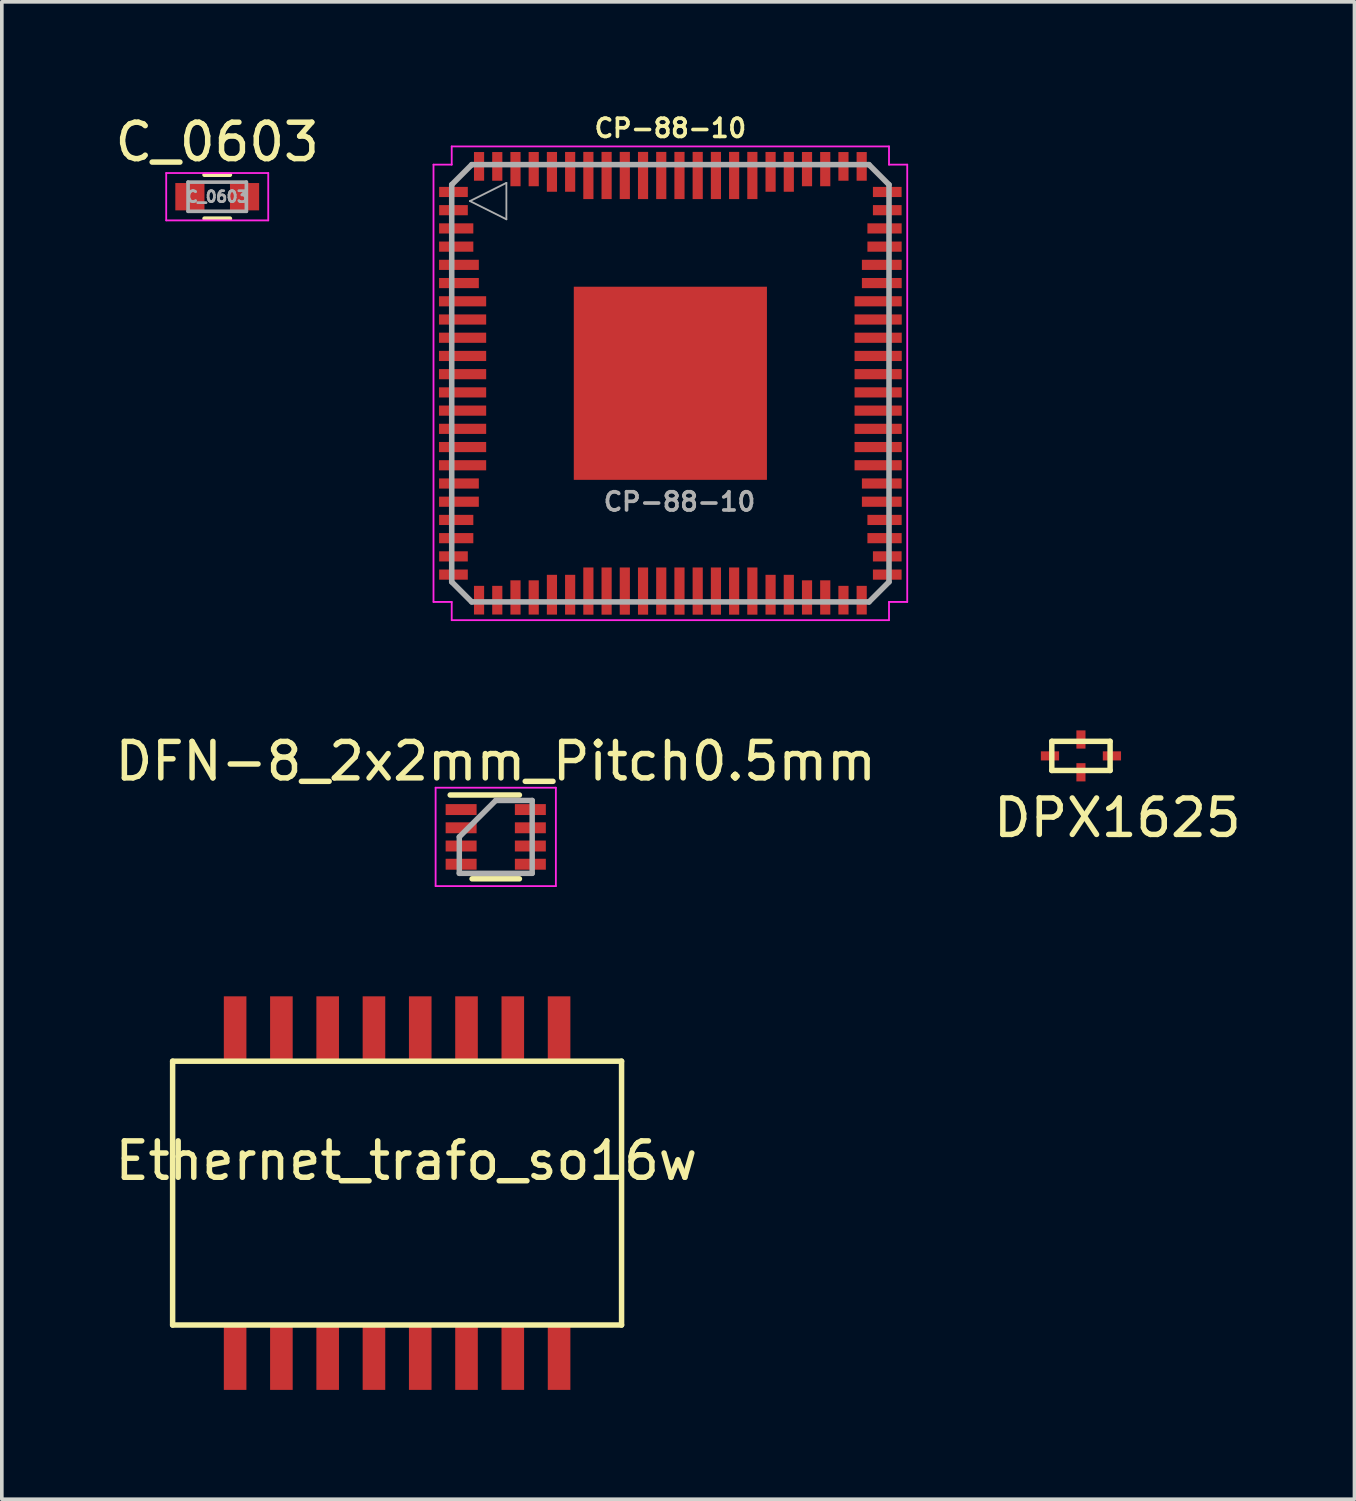
<source format=kicad_pcb>
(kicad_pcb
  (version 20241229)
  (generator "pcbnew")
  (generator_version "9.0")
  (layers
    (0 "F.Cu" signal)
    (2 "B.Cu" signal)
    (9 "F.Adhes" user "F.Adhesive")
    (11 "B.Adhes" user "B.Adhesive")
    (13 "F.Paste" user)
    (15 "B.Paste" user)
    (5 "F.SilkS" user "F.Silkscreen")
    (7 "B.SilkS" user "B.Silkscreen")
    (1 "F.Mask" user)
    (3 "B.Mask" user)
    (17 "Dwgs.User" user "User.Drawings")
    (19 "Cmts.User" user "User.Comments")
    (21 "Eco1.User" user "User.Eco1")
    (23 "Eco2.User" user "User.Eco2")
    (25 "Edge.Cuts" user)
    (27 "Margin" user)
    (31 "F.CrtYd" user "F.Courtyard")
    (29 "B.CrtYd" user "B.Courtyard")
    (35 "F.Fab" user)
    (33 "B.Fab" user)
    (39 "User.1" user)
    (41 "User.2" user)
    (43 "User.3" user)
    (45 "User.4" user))
  (footprint "CP-88-10"
    (layer "F.Cu")
    (at 15.346 7.468)
    (property "Reference" "CP-88-10" (at 0 -7 0) (layer "F.SilkS") (effects (font (size 0.5 0.5) (thickness 0.1))))
    (attr smd)
    (fp_line (start -6.5 -6) (end -6 -6) (stroke (width 0.05) (type solid)) (layer "F.CrtYd"))
    (fp_line (start -6.5 6) (end -6.5 -6) (stroke (width 0.05) (type solid)) (layer "F.CrtYd"))
    (fp_line (start -6 -6.5) (end 6 -6.5) (stroke (width 0.05) (type solid)) (layer "F.CrtYd"))
    (fp_line (start -6 -6) (end -6 -6.5) (stroke (width 0.05) (type solid)) (layer "F.CrtYd"))
    (fp_line (start -6 6) (end -6.5 6) (stroke (width 0.05) (type solid)) (layer "F.CrtYd"))
    (fp_line (start -6 6.5) (end -6 6) (stroke (width 0.05) (type solid)) (layer "F.CrtYd"))
    (fp_line (start 6 -6.5) (end 6 -6) (stroke (width 0.05) (type solid)) (layer "F.CrtYd"))
    (fp_line (start 6 -6) (end 6.5 -6) (stroke (width 0.05) (type solid)) (layer "F.CrtYd"))
    (fp_line (start 6 6) (end 6 6.5) (stroke (width 0.05) (type solid)) (layer "F.CrtYd"))
    (fp_line (start 6 6.5) (end -6 6.5) (stroke (width 0.05) (type solid)) (layer "F.CrtYd"))
    (fp_line (start 6.5 -6) (end 6.5 6) (stroke (width 0.05) (type solid)) (layer "F.CrtYd"))
    (fp_line (start 6.5 6) (end 6 6) (stroke (width 0.05) (type solid)) (layer "F.CrtYd"))
    (fp_line (start -6 -5.45) (end -6 5.45) (stroke (width 0.152) (type solid)) (layer "F.Fab"))
    (fp_line (start -6 -5.45) (end -5.45 -6) (stroke (width 0.152) (type solid)) (layer "F.Fab"))
    (fp_line (start -6 5.45) (end -5.45 6) (stroke (width 0.152) (type solid)) (layer "F.Fab"))
    (fp_line (start -5.5 -5) (end -4.5 -5.5) (stroke (width 0.05) (type solid)) (layer "F.Fab"))
    (fp_line (start -5.45 6) (end 5.45 6) (stroke (width 0.152) (type solid)) (layer "F.Fab"))
    (fp_line (start -4.5 -5.5) (end -4.5 -4.5) (stroke (width 0.05) (type solid)) (layer "F.Fab"))
    (fp_line (start -4.5 -4.5) (end -5.5 -5) (stroke (width 0.05) (type solid)) (layer "F.Fab"))
    (fp_line (start 5.45 -6) (end -5.45 -6) (stroke (width 0.152) (type solid)) (layer "F.Fab"))
    (fp_line (start 5.45 -6) (end 6 -5.45) (stroke (width 0.152) (type solid)) (layer "F.Fab"))
    (fp_line (start 5.45 6) (end 6 5.45) (stroke (width 0.152) (type solid)) (layer "F.Fab"))
    (fp_line (start 6 5.45) (end 6 -5.45) (stroke (width 0.152) (type solid)) (layer "F.Fab"))
    (fp_text user "${REFERENCE}" (at 0.25 3.25 0) (layer "F.Fab") (effects (font (size 0.5 0.5) (thickness 0.1))))
    (pad "1" smd rect (at -5.952 -5.25 90) (size 0.279 0.787) (layers "F.Cu" "F.Mask" "F.Paste"))
    (pad "2" smd rect (at -5.952 -4.75 90) (size 0.279 0.787) (layers "F.Cu" "F.Mask" "F.Paste"))
    (pad "3" smd rect (at -5.877 -4.25 90) (size 0.279 0.94) (layers "F.Cu" "F.Mask" "F.Paste"))
    (pad "4" smd rect (at -5.877 -3.75 90) (size 0.279 0.94) (layers "F.Cu" "F.Mask" "F.Paste"))
    (pad "5" smd rect (at -5.802 -3.25 90) (size 0.279 1.092) (layers "F.Cu" "F.Mask" "F.Paste"))
    (pad "6" smd rect (at -5.802 -2.75 90) (size 0.279 1.092) (layers "F.Cu" "F.Mask" "F.Paste"))
    (pad "7" smd rect (at -5.702 -2.25 90) (size 0.279 1.295) (layers "F.Cu" "F.Mask" "F.Paste"))
    (pad "8" smd rect (at -5.702 -1.75 90) (size 0.279 1.295) (layers "F.Cu" "F.Mask" "F.Paste"))
    (pad "9" smd rect (at -5.702 -1.25 90) (size 0.279 1.295) (layers "F.Cu" "F.Mask" "F.Paste"))
    (pad "10" smd rect (at -5.702 -0.75 90) (size 0.279 1.295) (layers "F.Cu" "F.Mask" "F.Paste"))
    (pad "11" smd rect (at -5.702 -0.25 90) (size 0.279 1.295) (layers "F.Cu" "F.Mask" "F.Paste"))
    (pad "12" smd rect (at -5.702 0.25 90) (size 0.279 1.295) (layers "F.Cu" "F.Mask" "F.Paste"))
    (pad "13" smd rect (at -5.702 0.75 90) (size 0.279 1.295) (layers "F.Cu" "F.Mask" "F.Paste"))
    (pad "14" smd rect (at -5.702 1.25 90) (size 0.279 1.295) (layers "F.Cu" "F.Mask" "F.Paste"))
    (pad "15" smd rect (at -5.702 1.75 90) (size 0.279 1.295) (layers "F.Cu" "F.Mask" "F.Paste"))
    (pad "16" smd rect (at -5.702 2.25 90) (size 0.279 1.295) (layers "F.Cu" "F.Mask" "F.Paste"))
    (pad "17" smd rect (at -5.802 2.75 90) (size 0.279 1.092) (layers "F.Cu" "F.Mask" "F.Paste"))
    (pad "18" smd rect (at -5.802 3.25 90) (size 0.279 1.092) (layers "F.Cu" "F.Mask" "F.Paste"))
    (pad "19" smd rect (at -5.877 3.75 90) (size 0.279 0.94) (layers "F.Cu" "F.Mask" "F.Paste"))
    (pad "20" smd rect (at -5.877 4.25 90) (size 0.279 0.94) (layers "F.Cu" "F.Mask" "F.Paste"))
    (pad "21" smd rect (at -5.952 4.75 90) (size 0.279 0.787) (layers "F.Cu" "F.Mask" "F.Paste"))
    (pad "22" smd rect (at -5.952 5.25 90) (size 0.279 0.787) (layers "F.Cu" "F.Mask" "F.Paste"))
    (pad "23" smd rect (at -5.25 5.952) (size 0.279 0.787) (layers "F.Cu" "F.Mask" "F.Paste"))
    (pad "24" smd rect (at -4.75 5.952) (size 0.279 0.787) (layers "F.Cu" "F.Mask" "F.Paste"))
    (pad "25" smd rect (at -4.25 5.877) (size 0.279 0.94) (layers "F.Cu" "F.Mask" "F.Paste"))
    (pad "26" smd rect (at -3.75 5.877) (size 0.279 0.94) (layers "F.Cu" "F.Mask" "F.Paste"))
    (pad "27" smd rect (at -3.25 5.802) (size 0.279 1.092) (layers "F.Cu" "F.Mask" "F.Paste"))
    (pad "28" smd rect (at -2.75 5.802) (size 0.279 1.092) (layers "F.Cu" "F.Mask" "F.Paste"))
    (pad "29" smd rect (at -2.25 5.702) (size 0.279 1.295) (layers "F.Cu" "F.Mask" "F.Paste"))
    (pad "30" smd rect (at -1.75 5.702) (size 0.279 1.295) (layers "F.Cu" "F.Mask" "F.Paste"))
    (pad "31" smd rect (at -1.25 5.702) (size 0.279 1.295) (layers "F.Cu" "F.Mask" "F.Paste"))
    (pad "32" smd rect (at -0.75 5.702) (size 0.279 1.295) (layers "F.Cu" "F.Mask" "F.Paste"))
    (pad "33" smd rect (at -0.25 5.702) (size 0.279 1.295) (layers "F.Cu" "F.Mask" "F.Paste"))
    (pad "34" smd rect (at 0.25 5.702) (size 0.279 1.295) (layers "F.Cu" "F.Mask" "F.Paste"))
    (pad "35" smd rect (at 0.75 5.702) (size 0.279 1.295) (layers "F.Cu" "F.Mask" "F.Paste"))
    (pad "36" smd rect (at 1.25 5.702) (size 0.279 1.295) (layers "F.Cu" "F.Mask" "F.Paste"))
    (pad "37" smd rect (at 1.75 5.702) (size 0.279 1.295) (layers "F.Cu" "F.Mask" "F.Paste"))
    (pad "38" smd rect (at 2.25 5.702) (size 0.279 1.295) (layers "F.Cu" "F.Mask" "F.Paste"))
    (pad "39" smd rect (at 2.75 5.802) (size 0.279 1.092) (layers "F.Cu" "F.Mask" "F.Paste"))
    (pad "40" smd rect (at 3.25 5.802) (size 0.279 1.092) (layers "F.Cu" "F.Mask" "F.Paste"))
    (pad "41" smd rect (at 3.75 5.877) (size 0.279 0.94) (layers "F.Cu" "F.Mask" "F.Paste"))
    (pad "42" smd rect (at 4.25 5.877) (size 0.279 0.94) (layers "F.Cu" "F.Mask" "F.Paste"))
    (pad "43" smd rect (at 4.75 5.952) (size 0.279 0.787) (layers "F.Cu" "F.Mask" "F.Paste"))
    (pad "44" smd rect (at 5.25 5.952) (size 0.279 0.787) (layers "F.Cu" "F.Mask" "F.Paste"))
    (pad "45" smd rect (at 5.952 5.25 90) (size 0.279 0.787) (layers "F.Cu" "F.Mask" "F.Paste"))
    (pad "46" smd rect (at 5.952 4.75 90) (size 0.279 0.787) (layers "F.Cu" "F.Mask" "F.Paste"))
    (pad "47" smd rect (at 5.877 4.25 90) (size 0.279 0.94) (layers "F.Cu" "F.Mask" "F.Paste"))
    (pad "48" smd rect (at 5.877 3.75 90) (size 0.279 0.94) (layers "F.Cu" "F.Mask" "F.Paste"))
    (pad "49" smd rect (at 5.802 3.25 90) (size 0.279 1.092) (layers "F.Cu" "F.Mask" "F.Paste"))
    (pad "50" smd rect (at 5.802 2.75 90) (size 0.279 1.092) (layers "F.Cu" "F.Mask" "F.Paste"))
    (pad "51" smd rect (at 5.702 2.25 90) (size 0.279 1.295) (layers "F.Cu" "F.Mask" "F.Paste"))
    (pad "52" smd rect (at 5.702 1.75 90) (size 0.279 1.295) (layers "F.Cu" "F.Mask" "F.Paste"))
    (pad "53" smd rect (at 5.702 1.25 90) (size 0.279 1.295) (layers "F.Cu" "F.Mask" "F.Paste"))
    (pad "54" smd rect (at 5.702 0.75 90) (size 0.279 1.295) (layers "F.Cu" "F.Mask" "F.Paste"))
    (pad "55" smd rect (at 5.702 0.25 90) (size 0.279 1.295) (layers "F.Cu" "F.Mask" "F.Paste"))
    (pad "56" smd rect (at 5.702 -0.25 90) (size 0.279 1.295) (layers "F.Cu" "F.Mask" "F.Paste"))
    (pad "57" smd rect (at 5.702 -0.75 90) (size 0.279 1.295) (layers "F.Cu" "F.Mask" "F.Paste"))
    (pad "58" smd rect (at 5.702 -1.25 90) (size 0.279 1.295) (layers "F.Cu" "F.Mask" "F.Paste"))
    (pad "59" smd rect (at 5.702 -1.75 90) (size 0.279 1.295) (layers "F.Cu" "F.Mask" "F.Paste"))
    (pad "60" smd rect (at 5.702 -2.25 90) (size 0.279 1.295) (layers "F.Cu" "F.Mask" "F.Paste"))
    (pad "61" smd rect (at 5.802 -2.75 90) (size 0.279 1.092) (layers "F.Cu" "F.Mask" "F.Paste"))
    (pad "62" smd rect (at 5.802 -3.25 90) (size 0.279 1.092) (layers "F.Cu" "F.Mask" "F.Paste"))
    (pad "63" smd rect (at 5.877 -3.75 90) (size 0.279 0.94) (layers "F.Cu" "F.Mask" "F.Paste"))
    (pad "64" smd rect (at 5.877 -4.25 90) (size 0.279 0.94) (layers "F.Cu" "F.Mask" "F.Paste"))
    (pad "65" smd rect (at 5.952 -4.75 90) (size 0.279 0.787) (layers "F.Cu" "F.Mask" "F.Paste"))
    (pad "66" smd rect (at 5.952 -5.25 90) (size 0.279 0.787) (layers "F.Cu" "F.Mask" "F.Paste"))
    (pad "67" smd rect (at 5.25 -5.952) (size 0.279 0.787) (layers "F.Cu" "F.Mask" "F.Paste"))
    (pad "68" smd rect (at 4.75 -5.952) (size 0.279 0.787) (layers "F.Cu" "F.Mask" "F.Paste"))
    (pad "69" smd rect (at 4.25 -5.877) (size 0.279 0.94) (layers "F.Cu" "F.Mask" "F.Paste"))
    (pad "70" smd rect (at 3.75 -5.877) (size 0.279 0.94) (layers "F.Cu" "F.Mask" "F.Paste"))
    (pad "71" smd rect (at 3.25 -5.802) (size 0.279 1.092) (layers "F.Cu" "F.Mask" "F.Paste"))
    (pad "72" smd rect (at 2.75 -5.802) (size 0.279 1.092) (layers "F.Cu" "F.Mask" "F.Paste"))
    (pad "73" smd rect (at 2.25 -5.702) (size 0.279 1.295) (layers "F.Cu" "F.Mask" "F.Paste"))
    (pad "74" smd rect (at 1.75 -5.702) (size 0.279 1.295) (layers "F.Cu" "F.Mask" "F.Paste"))
    (pad "75" smd rect (at 1.25 -5.702) (size 0.279 1.295) (layers "F.Cu" "F.Mask" "F.Paste"))
    (pad "76" smd rect (at 0.75 -5.702) (size 0.279 1.295) (layers "F.Cu" "F.Mask" "F.Paste"))
    (pad "77" smd rect (at 0.25 -5.702) (size 0.279 1.295) (layers "F.Cu" "F.Mask" "F.Paste"))
    (pad "78" smd rect (at -0.25 -5.702) (size 0.279 1.295) (layers "F.Cu" "F.Mask" "F.Paste"))
    (pad "79" smd rect (at -0.75 -5.702) (size 0.279 1.295) (layers "F.Cu" "F.Mask" "F.Paste"))
    (pad "80" smd rect (at -1.25 -5.702) (size 0.279 1.295) (layers "F.Cu" "F.Mask" "F.Paste"))
    (pad "81" smd rect (at -1.75 -5.702) (size 0.279 1.295) (layers "F.Cu" "F.Mask" "F.Paste"))
    (pad "82" smd rect (at -2.25 -5.702) (size 0.279 1.295) (layers "F.Cu" "F.Mask" "F.Paste"))
    (pad "83" smd rect (at -2.75 -5.802) (size 0.279 1.092) (layers "F.Cu" "F.Mask" "F.Paste"))
    (pad "84" smd rect (at -3.25 -5.802) (size 0.279 1.092) (layers "F.Cu" "F.Mask" "F.Paste"))
    (pad "85" smd rect (at -3.75 -5.877) (size 0.279 0.94) (layers "F.Cu" "F.Mask" "F.Paste"))
    (pad "86" smd rect (at -4.25 -5.877) (size 0.279 0.94) (layers "F.Cu" "F.Mask" "F.Paste"))
    (pad "87" smd rect (at -4.75 -5.952) (size 0.279 0.787) (layers "F.Cu" "F.Mask" "F.Paste"))
    (pad "88" smd rect (at -5.25 -5.952) (size 0.279 0.787) (layers "F.Cu" "F.Mask" "F.Paste"))
    (pad "89" smd rect (at 0 0) (size 5.3 5.3) (layers "F.Cu" "F.Mask" "F.Paste")))
  (footprint "DPX1625"
    (layer "F.Cu")
    (at 26.613 17.693)
    (property "Reference" "DPX1625" (at 1 1.7 0) (layer "F.SilkS") (effects (font (size 1 1) (thickness 0.15))))
    (attr through_hole)
    (fp_line (start -0.8 -0.4) (end 0.8 -0.4) (stroke (width 0.15) (type solid)) (layer "F.SilkS"))
    (fp_line (start -0.8 0.4) (end -0.8 -0.4) (stroke (width 0.15) (type solid)) (layer "F.SilkS"))
    (fp_line (start 0.8 -0.4) (end 0.8 0.4) (stroke (width 0.15) (type solid)) (layer "F.SilkS"))
    (fp_line (start 0.8 0.4) (end -0.8 0.4) (stroke (width 0.15) (type solid)) (layer "F.SilkS"))
    (pad "1" smd rect (at -0.85 0 180) (size 0.5 0.25) (layers "F.Cu" "F.Mask" "F.Paste"))
    (pad "2" smd rect (at 0 -0.45 270) (size 0.5 0.25) (layers "F.Cu" "F.Mask" "F.Paste"))
    (pad "3" smd rect (at 0.85 0 180) (size 0.5 0.25) (layers "F.Cu" "F.Mask" "F.Paste"))
    (pad "4" smd rect (at 0 0.45 90) (size 0.5 0.25) (layers "F.Cu" "F.Mask" "F.Paste")))
  (footprint "Ethernet_trafo_so16w"
    (layer "F.Cu")
    (at 7.847 29.691)
    (property "Reference" "Ethernet_trafo_so16w" (at 0.254 -0.889 0) (layer "F.SilkS") (effects (font (size 1 1) (thickness 0.15))))
    (attr smd)
    (fp_line (start -6.16 -3.62) (end -6.16 3.62) (stroke (width 0.15) (type solid)) (layer "F.SilkS"))
    (fp_line (start -6.16 3.62) (end 6.16 3.62) (stroke (width 0.15) (type solid)) (layer "F.SilkS"))
    (fp_line (start 6.16 -3.62) (end -6.16 -3.62) (stroke (width 0.15) (type solid)) (layer "F.SilkS"))
    (fp_line (start 6.16 3.62) (end 6.16 -3.62) (stroke (width 0.15) (type solid)) (layer "F.SilkS"))
    (pad "1" smd rect (at -4.445 4.51) (size 0.62 1.78) (layers "F.Cu" "F.Mask" "F.Paste"))
    (pad "2" smd rect (at -3.175 4.51) (size 0.62 1.78) (layers "F.Cu" "F.Mask" "F.Paste"))
    (pad "3" smd rect (at -1.905 4.51) (size 0.62 1.78) (layers "F.Cu" "F.Mask" "F.Paste"))
    (pad "4" smd rect (at -0.635 4.51) (size 0.62 1.78) (layers "F.Cu" "F.Mask" "F.Paste"))
    (pad "5" smd rect (at 0.635 4.51) (size 0.62 1.78) (layers "F.Cu" "F.Mask" "F.Paste"))
    (pad "6" smd rect (at 1.905 4.51) (size 0.62 1.78) (layers "F.Cu" "F.Mask" "F.Paste"))
    (pad "7" smd rect (at 3.175 4.51) (size 0.62 1.78) (layers "F.Cu" "F.Mask" "F.Paste"))
    (pad "8" smd rect (at 4.445 4.51) (size 0.62 1.78) (layers "F.Cu" "F.Mask" "F.Paste"))
    (pad "9" smd rect (at 4.445 -4.51) (size 0.62 1.78) (layers "F.Cu" "F.Mask" "F.Paste"))
    (pad "10" smd rect (at 3.175 -4.51) (size 0.62 1.78) (layers "F.Cu" "F.Mask" "F.Paste"))
    (pad "11" smd rect (at 1.905 -4.51) (size 0.62 1.78) (layers "F.Cu" "F.Mask" "F.Paste"))
    (pad "12" smd rect (at 0.635 -4.51) (size 0.62 1.78) (layers "F.Cu" "F.Mask" "F.Paste"))
    (pad "13" smd rect (at -0.635 -4.51) (size 0.62 1.78) (layers "F.Cu" "F.Mask" "F.Paste"))
    (pad "14" smd rect (at -1.905 -4.51) (size 0.62 1.78) (layers "F.Cu" "F.Mask" "F.Paste"))
    (pad "15" smd rect (at -3.175 -4.51) (size 0.62 1.78) (layers "F.Cu" "F.Mask" "F.Paste"))
    (pad "16" smd rect (at -4.445 -4.51) (size 0.62 1.78) (layers "F.Cu" "F.Mask" "F.Paste")))
  (footprint "C_0603"
    (layer "F.Cu")
    (at 2.911 2.348)
    (property "Reference" "C_0603" (at 0 -1.5 0) (layer "F.SilkS") (effects (font (size 1 1) (thickness 0.15))))
    (attr smd)
    (fp_line (start -0.35 -0.6) (end 0.35 -0.6) (stroke (width 0.12) (type solid)) (layer "F.SilkS"))
    (fp_line (start 0.35 0.6) (end -0.35 0.6) (stroke (width 0.12) (type solid)) (layer "F.SilkS"))
    (fp_line (start -1.4 -0.65) (end -1.4 0.65) (stroke (width 0.05) (type solid)) (layer "F.CrtYd"))
    (fp_line (start -1.4 -0.65) (end 1.4 -0.65) (stroke (width 0.05) (type solid)) (layer "F.CrtYd"))
    (fp_line (start 1.4 0.65) (end -1.4 0.65) (stroke (width 0.05) (type solid)) (layer "F.CrtYd"))
    (fp_line (start 1.4 0.65) (end 1.4 -0.65) (stroke (width 0.05) (type solid)) (layer "F.CrtYd"))
    (fp_line (start -0.8 -0.4) (end 0.8 -0.4) (stroke (width 0.1) (type solid)) (layer "F.Fab"))
    (fp_line (start -0.8 0.4) (end -0.8 -0.4) (stroke (width 0.1) (type solid)) (layer "F.Fab"))
    (fp_line (start 0.8 -0.4) (end 0.8 0.4) (stroke (width 0.1) (type solid)) (layer "F.Fab"))
    (fp_line (start 0.8 0.4) (end -0.8 0.4) (stroke (width 0.1) (type solid)) (layer "F.Fab"))
    (fp_text user "${REFERENCE}" (at 0 0 0) (layer "F.Fab") (effects (font (size 0.3 0.3) (thickness 0.075))))
    (pad "1" smd rect (at -0.75 0) (size 0.8 0.75) (layers "F.Cu" "F.Mask" "F.Paste"))
    (pad "2" smd rect (at 0.75 0) (size 0.8 0.75) (layers "F.Cu" "F.Mask" "F.Paste")))
  (footprint "DFN-8_2x2mm_Pitch0.5mm"
    (layer "F.Cu")
    (at 10.554 19.916)
    (property "Reference" "DFN-8_2x2mm_Pitch0.5mm" (at 0 -2.075 0) (layer "F.SilkS") (effects (font (size 1 1) (thickness 0.15))))
    (attr smd)
    (fp_line (start -1.25 -1.15) (end 0.65 -1.15) (stroke (width 0.15) (type solid)) (layer "F.SilkS"))
    (fp_line (start -0.65 1.15) (end 0.65 1.15) (stroke (width 0.15) (type solid)) (layer "F.SilkS"))
    (fp_line (start -1.65 -1.35) (end -1.65 1.35) (stroke (width 0.05) (type solid)) (layer "F.CrtYd"))
    (fp_line (start -1.65 -1.35) (end 1.65 -1.35) (stroke (width 0.05) (type solid)) (layer "F.CrtYd"))
    (fp_line (start -1.65 1.35) (end 1.65 1.35) (stroke (width 0.05) (type solid)) (layer "F.CrtYd"))
    (fp_line (start 1.65 -1.35) (end 1.65 1.35) (stroke (width 0.05) (type solid)) (layer "F.CrtYd"))
    (fp_line (start -1 0) (end 0 -1) (stroke (width 0.15) (type solid)) (layer "F.Fab"))
    (fp_line (start -1 1) (end -1 0) (stroke (width 0.15) (type solid)) (layer "F.Fab"))
    (fp_line (start 0 -1) (end 1 -1) (stroke (width 0.15) (type solid)) (layer "F.Fab"))
    (fp_line (start 1 -1) (end 1 1) (stroke (width 0.15) (type solid)) (layer "F.Fab"))
    (fp_line (start 1 1) (end -1 1) (stroke (width 0.15) (type solid)) (layer "F.Fab"))
    (pad "1" smd rect (at -0.95 -0.75) (size 0.85 0.3) (layers "F.Cu" "F.Mask" "F.Paste"))
    (pad "2" smd rect (at -0.95 -0.25) (size 0.85 0.3) (layers "F.Cu" "F.Mask" "F.Paste"))
    (pad "3" smd rect (at -0.95 0.25) (size 0.85 0.3) (layers "F.Cu" "F.Mask" "F.Paste"))
    (pad "4" smd rect (at -0.95 0.75) (size 0.85 0.3) (layers "F.Cu" "F.Mask" "F.Paste"))
    (pad "5" smd rect (at 0.95 0.75) (size 0.85 0.3) (layers "F.Cu" "F.Mask" "F.Paste"))
    (pad "6" smd rect (at 0.95 0.25) (size 0.85 0.3) (layers "F.Cu" "F.Mask" "F.Paste"))
    (pad "7" smd rect (at 0.95 -0.25) (size 0.85 0.3) (layers "F.Cu" "F.Mask" "F.Paste"))
    (pad "8" smd rect (at 0.95 -0.75) (size 0.85 0.3) (layers "F.Cu" "F.Mask" "F.Paste")))
  (gr_rect
    (start -3 -3)
    (end 34.119 38.091)
    (stroke (width 0.1) (type default))
    (fill no)
    (layer "Edge.Cuts")))
</source>
